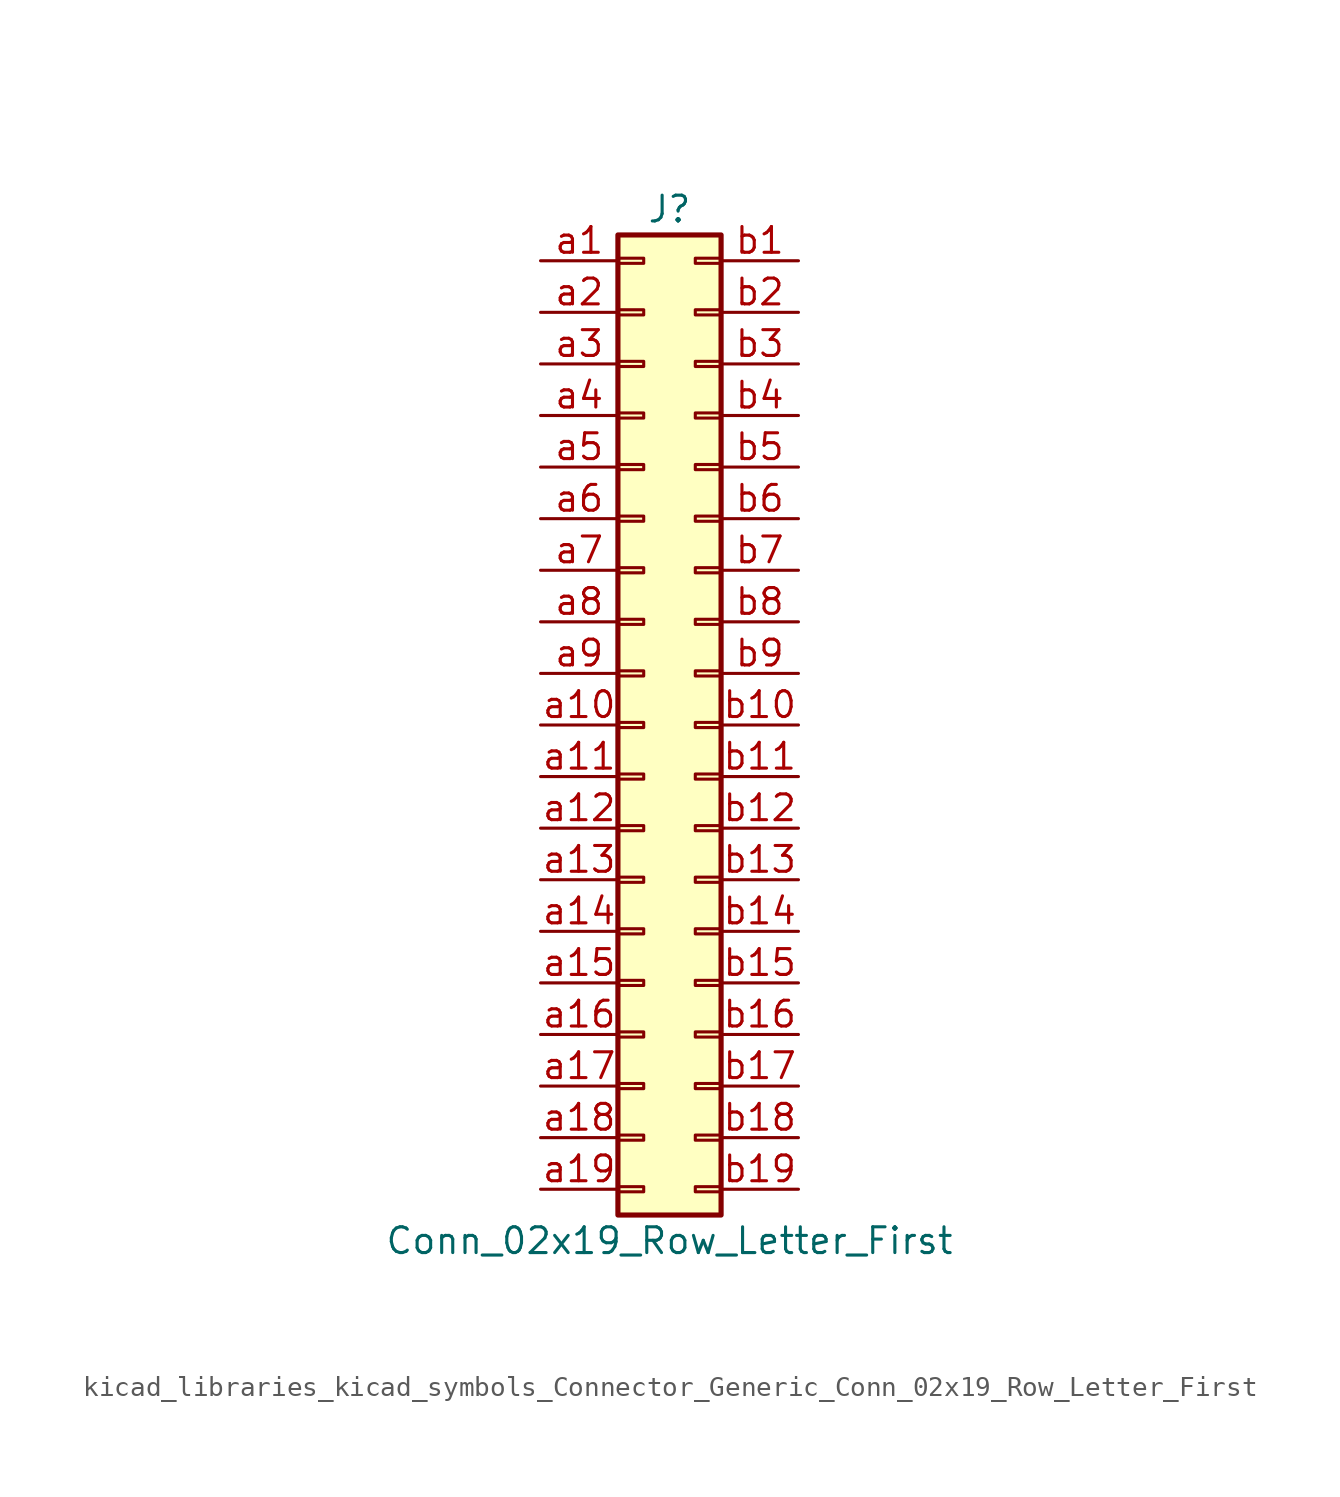
<source format=kicad_sym>
(kicad_symbol_lib
  (version 20220914)
  (generator kicad_symbol_editor)
  (symbol "kicad_libraries_kicad_symbols_Connector_Generic_Conn_02x19_Row_Letter_First"
    (pin_names
      (offset 1.016) hide)
    (property "Reference" "J"
      (at 1.27 25.4 0)
      (effects (font (size 1.27 1.27))))
    (property "Value" "Conn_02x19_Row_Letter_First"
      (at 1.27 -25.4 0)
      (effects (font (size 1.27 1.27))))
    (symbol "kicad_libraries_kicad_symbols_Connector_Generic_Conn_02x19_Row_Letter_First_1_1"
      (rectangle (start -1.27 -22.733) (end 0 -22.987) (stroke (width 0.152) (type default)) (fill (type none)))
      (rectangle (start -1.27 -20.193) (end 0 -20.447) (stroke (width 0.152) (type default)) (fill (type none)))
      (rectangle (start -1.27 -17.653) (end 0 -17.907) (stroke (width 0.152) (type default)) (fill (type none)))
      (rectangle (start -1.27 -15.113) (end 0 -15.367) (stroke (width 0.152) (type default)) (fill (type none)))
      (rectangle (start -1.27 -12.573) (end 0 -12.827) (stroke (width 0.152) (type default)) (fill (type none)))
      (rectangle (start -1.27 -10.033) (end 0 -10.287) (stroke (width 0.152) (type default)) (fill (type none)))
      (rectangle (start -1.27 -7.493) (end 0 -7.747) (stroke (width 0.152) (type default)) (fill (type none)))
      (rectangle (start -1.27 -4.953) (end 0 -5.207) (stroke (width 0.152) (type default)) (fill (type none)))
      (rectangle (start -1.27 -2.413) (end 0 -2.667) (stroke (width 0.152) (type default)) (fill (type none)))
      (rectangle (start -1.27 0.127) (end 0 -0.127) (stroke (width 0.152) (type default)) (fill (type none)))
      (rectangle (start -1.27 2.667) (end 0 2.413) (stroke (width 0.152) (type default)) (fill (type none)))
      (rectangle (start -1.27 5.207) (end 0 4.953) (stroke (width 0.152) (type default)) (fill (type none)))
      (rectangle (start -1.27 7.747) (end 0 7.493) (stroke (width 0.152) (type default)) (fill (type none)))
      (rectangle (start -1.27 10.287) (end 0 10.033) (stroke (width 0.152) (type default)) (fill (type none)))
      (rectangle (start -1.27 12.827) (end 0 12.573) (stroke (width 0.152) (type default)) (fill (type none)))
      (rectangle (start -1.27 15.367) (end 0 15.113) (stroke (width 0.152) (type default)) (fill (type none)))
      (rectangle (start -1.27 17.907) (end 0 17.653) (stroke (width 0.152) (type default)) (fill (type none)))
      (rectangle (start -1.27 20.447) (end 0 20.193) (stroke (width 0.152) (type default)) (fill (type none)))
      (rectangle (start -1.27 22.987) (end 0 22.733) (stroke (width 0.152) (type default)) (fill (type none)))
      (rectangle (start -1.27 24.13) (end 3.81 -24.13) (stroke (width 0.254) (type default)) (fill (type background)))
      (rectangle (start 3.81 -22.733) (end 2.54 -22.987) (stroke (width 0.152) (type default)) (fill (type none)))
      (rectangle (start 3.81 -20.193) (end 2.54 -20.447) (stroke (width 0.152) (type default)) (fill (type none)))
      (rectangle (start 3.81 -17.653) (end 2.54 -17.907) (stroke (width 0.152) (type default)) (fill (type none)))
      (rectangle (start 3.81 -15.113) (end 2.54 -15.367) (stroke (width 0.152) (type default)) (fill (type none)))
      (rectangle (start 3.81 -12.573) (end 2.54 -12.827) (stroke (width 0.152) (type default)) (fill (type none)))
      (rectangle (start 3.81 -10.033) (end 2.54 -10.287) (stroke (width 0.152) (type default)) (fill (type none)))
      (rectangle (start 3.81 -7.493) (end 2.54 -7.747) (stroke (width 0.152) (type default)) (fill (type none)))
      (rectangle (start 3.81 -4.953) (end 2.54 -5.207) (stroke (width 0.152) (type default)) (fill (type none)))
      (rectangle (start 3.81 -2.413) (end 2.54 -2.667) (stroke (width 0.152) (type default)) (fill (type none)))
      (rectangle (start 3.81 0.127) (end 2.54 -0.127) (stroke (width 0.152) (type default)) (fill (type none)))
      (rectangle (start 3.81 2.667) (end 2.54 2.413) (stroke (width 0.152) (type default)) (fill (type none)))
      (rectangle (start 3.81 5.207) (end 2.54 4.953) (stroke (width 0.152) (type default)) (fill (type none)))
      (rectangle (start 3.81 7.747) (end 2.54 7.493) (stroke (width 0.152) (type default)) (fill (type none)))
      (rectangle (start 3.81 10.287) (end 2.54 10.033) (stroke (width 0.152) (type default)) (fill (type none)))
      (rectangle (start 3.81 12.827) (end 2.54 12.573) (stroke (width 0.152) (type default)) (fill (type none)))
      (rectangle (start 3.81 15.367) (end 2.54 15.113) (stroke (width 0.152) (type default)) (fill (type none)))
      (rectangle (start 3.81 17.907) (end 2.54 17.653) (stroke (width 0.152) (type default)) (fill (type none)))
      (rectangle (start 3.81 20.447) (end 2.54 20.193) (stroke (width 0.152) (type default)) (fill (type none)))
      (rectangle (start 3.81 22.987) (end 2.54 22.733) (stroke (width 0.152) (type default)) (fill (type none)))
      (pin passive line (at -5.08 22.86 0) (length 3.81) (name "Pin_a1" (effects (font (size 1.27 1.27)))) (number "a1" (effects (font (size 1.27 1.27)))))
      (pin passive line (at -5.08 0 0) (length 3.81) (name "Pin_a10" (effects (font (size 1.27 1.27)))) (number "a10" (effects (font (size 1.27 1.27)))))
      (pin passive line (at -5.08 -2.54 0) (length 3.81) (name "Pin_a11" (effects (font (size 1.27 1.27)))) (number "a11" (effects (font (size 1.27 1.27)))))
      (pin passive line (at -5.08 -5.08 0) (length 3.81) (name "Pin_a12" (effects (font (size 1.27 1.27)))) (number "a12" (effects (font (size 1.27 1.27)))))
      (pin passive line (at -5.08 -7.62 0) (length 3.81) (name "Pin_a13" (effects (font (size 1.27 1.27)))) (number "a13" (effects (font (size 1.27 1.27)))))
      (pin passive line (at -5.08 -10.16 0) (length 3.81) (name "Pin_a14" (effects (font (size 1.27 1.27)))) (number "a14" (effects (font (size 1.27 1.27)))))
      (pin passive line (at -5.08 -12.7 0) (length 3.81) (name "Pin_a15" (effects (font (size 1.27 1.27)))) (number "a15" (effects (font (size 1.27 1.27)))))
      (pin passive line (at -5.08 -15.24 0) (length 3.81) (name "Pin_a16" (effects (font (size 1.27 1.27)))) (number "a16" (effects (font (size 1.27 1.27)))))
      (pin passive line (at -5.08 -17.78 0) (length 3.81) (name "Pin_a17" (effects (font (size 1.27 1.27)))) (number "a17" (effects (font (size 1.27 1.27)))))
      (pin passive line (at -5.08 -20.32 0) (length 3.81) (name "Pin_a18" (effects (font (size 1.27 1.27)))) (number "a18" (effects (font (size 1.27 1.27)))))
      (pin passive line (at -5.08 -22.86 0) (length 3.81) (name "Pin_a19" (effects (font (size 1.27 1.27)))) (number "a19" (effects (font (size 1.27 1.27)))))
      (pin passive line (at -5.08 20.32 0) (length 3.81) (name "Pin_a2" (effects (font (size 1.27 1.27)))) (number "a2" (effects (font (size 1.27 1.27)))))
      (pin passive line (at -5.08 17.78 0) (length 3.81) (name "Pin_a3" (effects (font (size 1.27 1.27)))) (number "a3" (effects (font (size 1.27 1.27)))))
      (pin passive line (at -5.08 15.24 0) (length 3.81) (name "Pin_a4" (effects (font (size 1.27 1.27)))) (number "a4" (effects (font (size 1.27 1.27)))))
      (pin passive line (at -5.08 12.7 0) (length 3.81) (name "Pin_a5" (effects (font (size 1.27 1.27)))) (number "a5" (effects (font (size 1.27 1.27)))))
      (pin passive line (at -5.08 10.16 0) (length 3.81) (name "Pin_a6" (effects (font (size 1.27 1.27)))) (number "a6" (effects (font (size 1.27 1.27)))))
      (pin passive line (at -5.08 7.62 0) (length 3.81) (name "Pin_a7" (effects (font (size 1.27 1.27)))) (number "a7" (effects (font (size 1.27 1.27)))))
      (pin passive line (at -5.08 5.08 0) (length 3.81) (name "Pin_a8" (effects (font (size 1.27 1.27)))) (number "a8" (effects (font (size 1.27 1.27)))))
      (pin passive line (at -5.08 2.54 0) (length 3.81) (name "Pin_a9" (effects (font (size 1.27 1.27)))) (number "a9" (effects (font (size 1.27 1.27)))))
      (pin passive line (at 7.62 22.86 180) (length 3.81) (name "Pin_b1" (effects (font (size 1.27 1.27)))) (number "b1" (effects (font (size 1.27 1.27)))))
      (pin passive line (at 7.62 0 180) (length 3.81) (name "Pin_b10" (effects (font (size 1.27 1.27)))) (number "b10" (effects (font (size 1.27 1.27)))))
      (pin passive line (at 7.62 -2.54 180) (length 3.81) (name "Pin_b11" (effects (font (size 1.27 1.27)))) (number "b11" (effects (font (size 1.27 1.27)))))
      (pin passive line (at 7.62 -5.08 180) (length 3.81) (name "Pin_b12" (effects (font (size 1.27 1.27)))) (number "b12" (effects (font (size 1.27 1.27)))))
      (pin passive line (at 7.62 -7.62 180) (length 3.81) (name "Pin_b13" (effects (font (size 1.27 1.27)))) (number "b13" (effects (font (size 1.27 1.27)))))
      (pin passive line (at 7.62 -10.16 180) (length 3.81) (name "Pin_b14" (effects (font (size 1.27 1.27)))) (number "b14" (effects (font (size 1.27 1.27)))))
      (pin passive line (at 7.62 -12.7 180) (length 3.81) (name "Pin_b15" (effects (font (size 1.27 1.27)))) (number "b15" (effects (font (size 1.27 1.27)))))
      (pin passive line (at 7.62 -15.24 180) (length 3.81) (name "Pin_b16" (effects (font (size 1.27 1.27)))) (number "b16" (effects (font (size 1.27 1.27)))))
      (pin passive line (at 7.62 -17.78 180) (length 3.81) (name "Pin_b17" (effects (font (size 1.27 1.27)))) (number "b17" (effects (font (size 1.27 1.27)))))
      (pin passive line (at 7.62 -20.32 180) (length 3.81) (name "Pin_b18" (effects (font (size 1.27 1.27)))) (number "b18" (effects (font (size 1.27 1.27)))))
      (pin passive line (at 7.62 -22.86 180) (length 3.81) (name "Pin_b19" (effects (font (size 1.27 1.27)))) (number "b19" (effects (font (size 1.27 1.27)))))
      (pin passive line (at 7.62 20.32 180) (length 3.81) (name "Pin_b2" (effects (font (size 1.27 1.27)))) (number "b2" (effects (font (size 1.27 1.27)))))
      (pin passive line (at 7.62 17.78 180) (length 3.81) (name "Pin_b3" (effects (font (size 1.27 1.27)))) (number "b3" (effects (font (size 1.27 1.27)))))
      (pin passive line (at 7.62 15.24 180) (length 3.81) (name "Pin_b4" (effects (font (size 1.27 1.27)))) (number "b4" (effects (font (size 1.27 1.27)))))
      (pin passive line (at 7.62 12.7 180) (length 3.81) (name "Pin_b5" (effects (font (size 1.27 1.27)))) (number "b5" (effects (font (size 1.27 1.27)))))
      (pin passive line (at 7.62 10.16 180) (length 3.81) (name "Pin_b6" (effects (font (size 1.27 1.27)))) (number "b6" (effects (font (size 1.27 1.27)))))
      (pin passive line (at 7.62 7.62 180) (length 3.81) (name "Pin_b7" (effects (font (size 1.27 1.27)))) (number "b7" (effects (font (size 1.27 1.27)))))
      (pin passive line (at 7.62 5.08 180) (length 3.81) (name "Pin_b8" (effects (font (size 1.27 1.27)))) (number "b8" (effects (font (size 1.27 1.27)))))
      (pin passive line (at 7.62 2.54 180) (length 3.81) (name "Pin_b9" (effects (font (size 1.27 1.27)))) (number "b9" (effects (font (size 1.27 1.27))))))))
</source>
